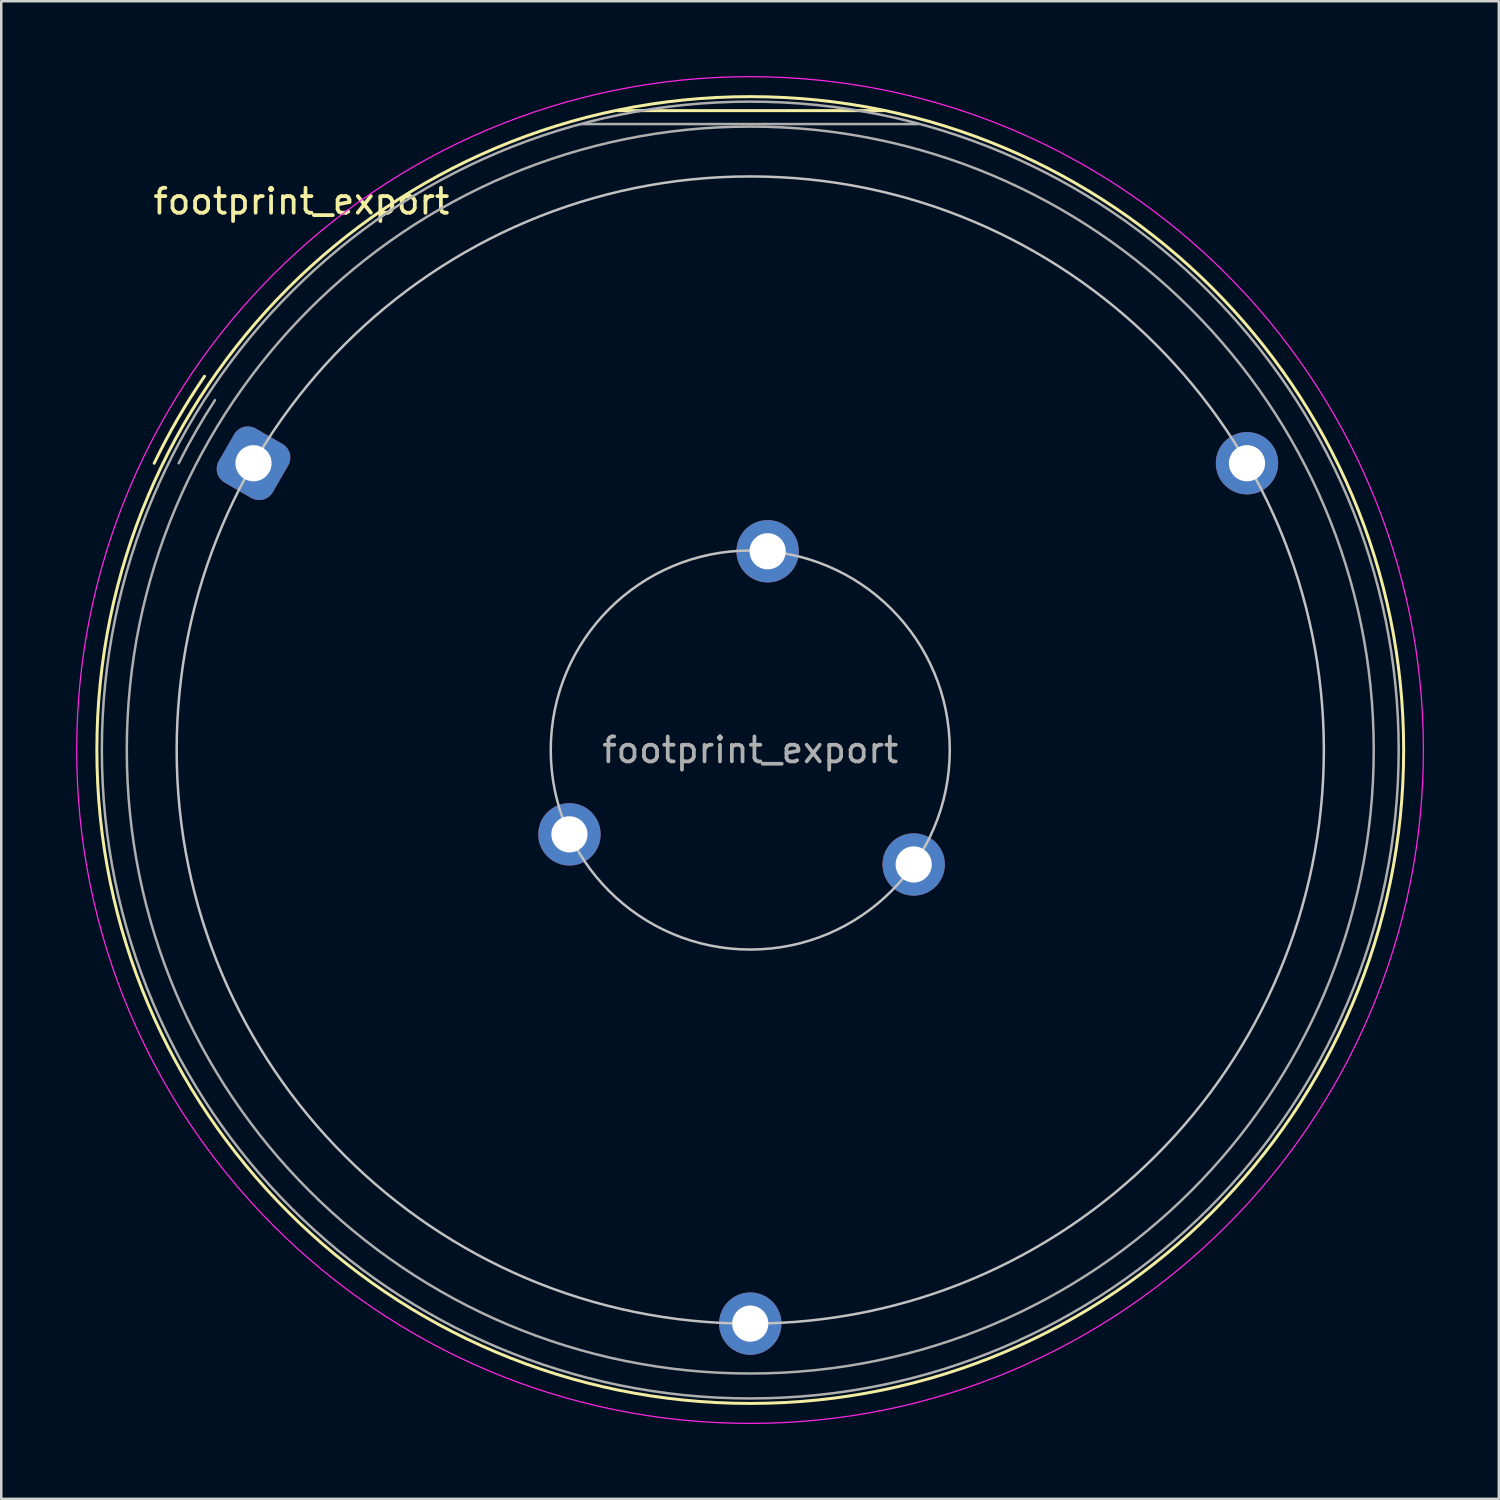
<source format=kicad_pcb>
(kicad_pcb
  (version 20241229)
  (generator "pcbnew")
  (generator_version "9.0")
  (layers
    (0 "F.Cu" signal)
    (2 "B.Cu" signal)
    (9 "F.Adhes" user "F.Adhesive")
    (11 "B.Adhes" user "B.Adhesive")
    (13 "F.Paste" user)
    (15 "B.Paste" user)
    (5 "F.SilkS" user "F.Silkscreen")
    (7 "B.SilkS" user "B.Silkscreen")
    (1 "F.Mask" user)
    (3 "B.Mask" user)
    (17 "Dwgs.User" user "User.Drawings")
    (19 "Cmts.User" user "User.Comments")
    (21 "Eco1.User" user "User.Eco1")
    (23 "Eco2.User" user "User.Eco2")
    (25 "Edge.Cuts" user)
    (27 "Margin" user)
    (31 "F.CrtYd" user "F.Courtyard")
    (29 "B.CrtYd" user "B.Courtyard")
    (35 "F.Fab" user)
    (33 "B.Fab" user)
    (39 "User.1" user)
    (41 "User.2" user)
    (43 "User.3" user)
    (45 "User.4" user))
  (footprint "footprint_export"
    (layer "F.Cu")
    (at 7.115 15.525)
    (property "Reference" "footprint_export" (at 1.919 -10.5 0) (layer "F.SilkS") (effects (font (size 1 1) (thickness 0.15))))
    (attr through_hole)
    (fp_line (start 14.58 -14.14) (end 25.28 -14.14) (stroke (width 0.12) (type default)) (layer "F.SilkS"))
    (fp_arc (start -3.981416 0) (mid -3.038806 -1.782253) (end -1.963537 -3.487754) (stroke (width 0.12) (type default)) (layer "F.SilkS"))
    (fp_circle (center 19.919 11.5) (end 46.119 11.5) (stroke (width 0.12) (type default)) (fill no) (layer "F.SilkS"))
    (fp_circle (center 19.919 11.5) (end 27.919 11.5) (stroke (width 0.1) (type default)) (fill no) (layer "Dwgs.User"))
    (fp_circle (center 19.919 11.5) (end 42.919 11.5) (stroke (width 0.1) (type default)) (fill no) (layer "Dwgs.User"))
    (fp_circle (center 19.91 11.5) (end 46.91 11.5) (stroke (width 0.05) (type default)) (fill no) (layer "F.CrtYd"))
    (fp_line (start 26.65 -13.6) (end 13.15 -13.6) (stroke (width 0.1) (type default)) (layer "F.Fab"))
    (fp_arc (start -2.999999 0) (mid -2.308522 -1.285429) (end -1.545025 -2.52943) (stroke (width 0.1) (type default)) (layer "F.Fab"))
    (fp_circle (center 19.919 11.5) (end 44.919 11.5) (stroke (width 0.1) (type default)) (fill no) (layer "F.Fab"))
    (fp_circle (center 19.919 11.5) (end 45.919 11.5) (stroke (width 0.1) (type default)) (fill no) (layer "F.Fab"))
    (fp_text user "${REFERENCE}" (at 19.919 11.5 0) (layer "F.Fab") (effects (font (size 1 1) (thickness 0.15))))
    (pad "1" thru_hole roundrect (at 0 0 150) (size 2.5 2.5) (drill 1.45) (layers "*.Cu" "*.Mask") (roundrect_rratio 0.25))
    (pad "2" thru_hole circle (at 19.919 34.5 20) (size 2.5 2.5) (drill 1.45) (layers "*.Cu" "*.Mask"))
    (pad "3" thru_hole circle (at 39.837 0 260) (size 2.5 2.5) (drill 1.45) (layers "*.Cu" "*.Mask"))
    (pad "4" thru_hole circle (at 26.472 16.089 52) (size 2.5 2.5) (drill 1.45) (layers "*.Cu" "*.Mask"))
    (pad "5" thru_hole circle (at 12.668 14.881 292) (size 2.5 2.5) (drill 1.45) (layers "*.Cu" "*.Mask"))
    (pad "6" thru_hole circle (at 20.616 3.53 172) (size 2.5 2.5) (drill 1.45) (layers "*.Cu" "*.Mask")))
  (gr_rect
    (start -3 -3)
    (end 57.05 57.05)
    (stroke (width 0.1) (type default))
    (fill no)
    (layer "Edge.Cuts")))
</source>
